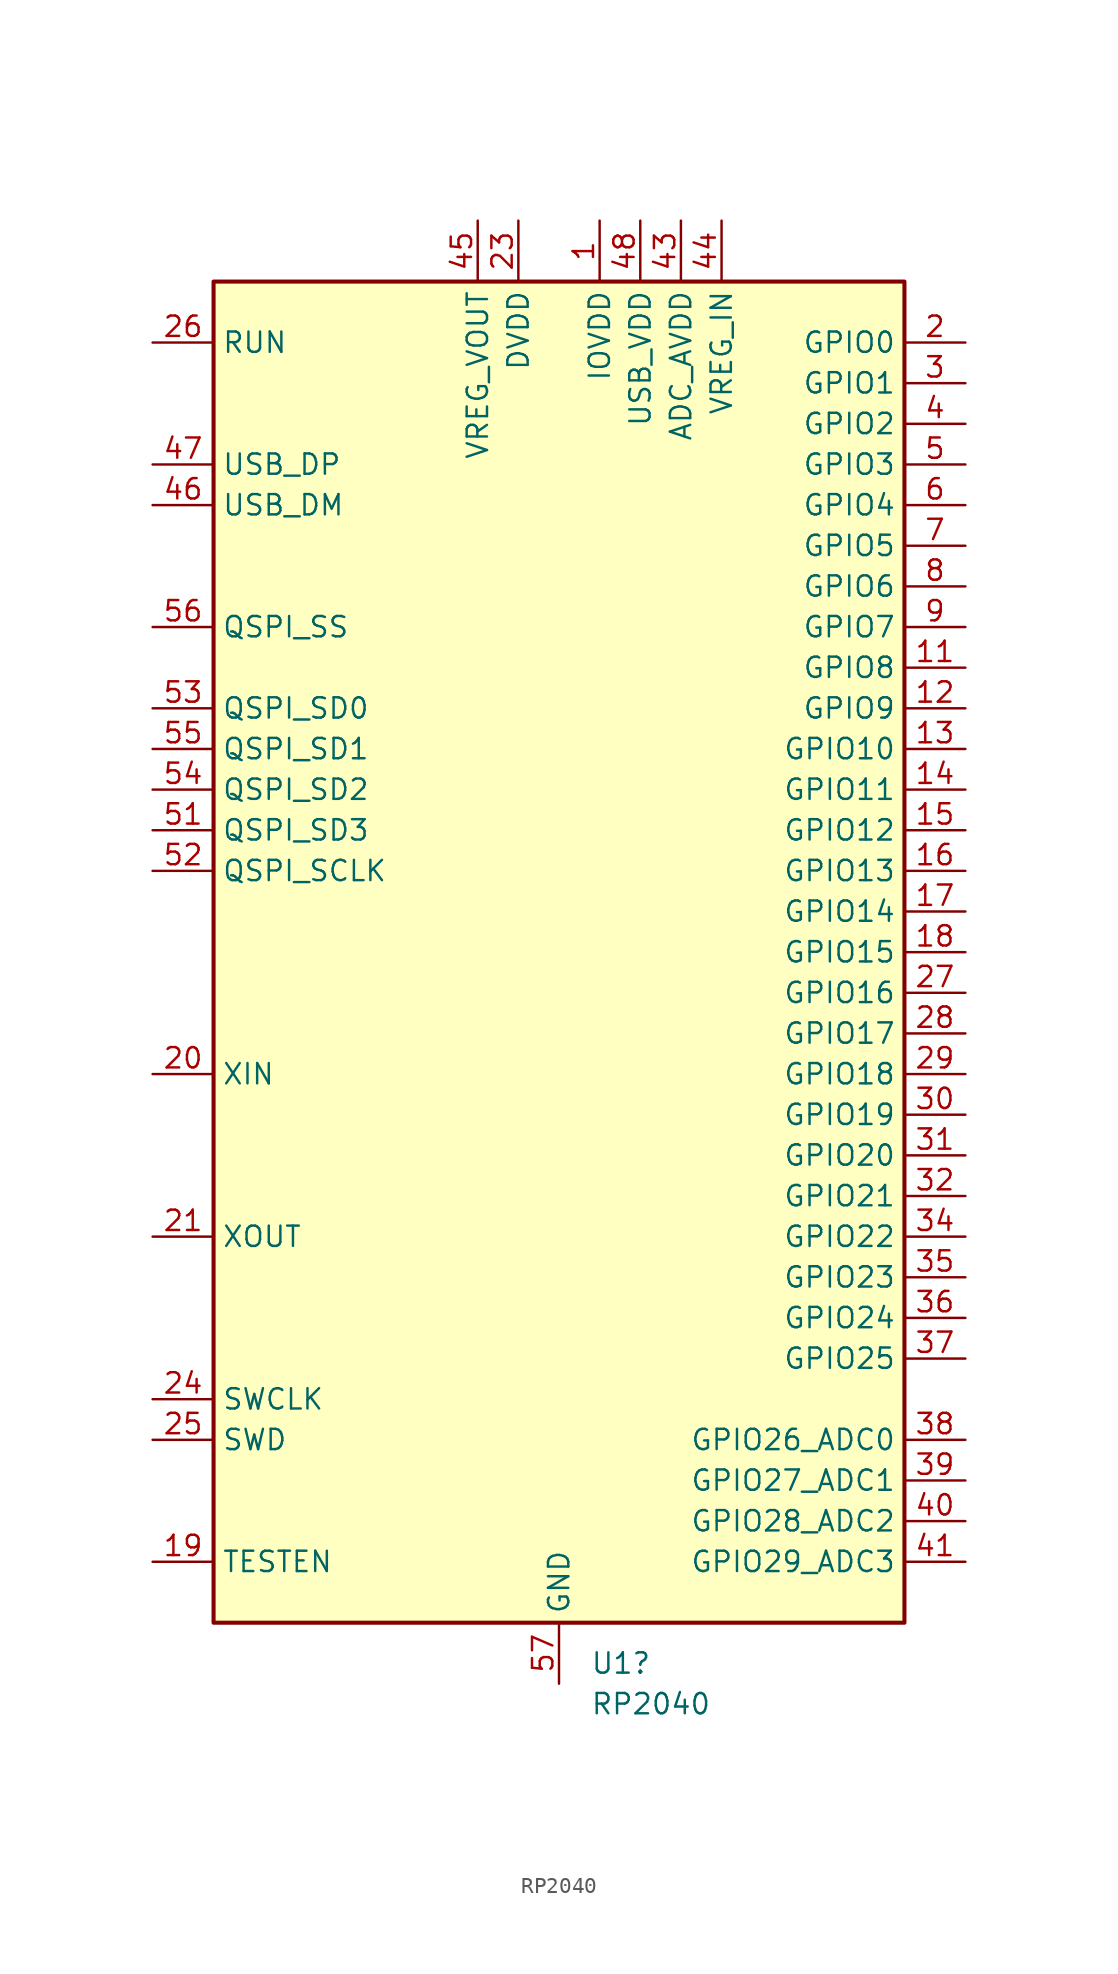
<source format=kicad_sym>
(kicad_symbol_lib
  (version 20220914)
  (generator kicad_symbol_editor)
  (symbol "RP2040"
    (property "Reference" "U1"
      (at 1.956 -44.45 0)
      (effects (font (size 1.27 1.27)) (justify left)))
    (property "Value" "RP2040"
      (at 1.956 -46.99 0)
      (effects (font (size 1.27 1.27)) (justify left)))
    (symbol "RP2040_0_1"
      (rectangle (start -21.59 41.91) (end 21.59 -41.91) (stroke (width 0.254) (type default)) (fill (type background))))
    (symbol "RP2040_1_1"
      (pin power_in line (at 2.54 45.72 270) (length 3.81) (name "IOVDD" (effects (font (size 1.27 1.27)))) (number "1" (effects (font (size 1.27 1.27)))))
      (pin passive line (at 2.54 45.72 270) (length 3.81) hide (name "IOVDD" (effects (font (size 1.27 1.27)))) (number "10" (effects (font (size 1.27 1.27)))))
      (pin bidirectional line (at 25.4 17.78 180) (length 3.81) (name "GPIO8" (effects (font (size 1.27 1.27)))) (number "11" (effects (font (size 1.27 1.27)))))
      (pin bidirectional line (at 25.4 15.24 180) (length 3.81) (name "GPIO9" (effects (font (size 1.27 1.27)))) (number "12" (effects (font (size 1.27 1.27)))))
      (pin bidirectional line (at 25.4 12.7 180) (length 3.81) (name "GPIO10" (effects (font (size 1.27 1.27)))) (number "13" (effects (font (size 1.27 1.27)))))
      (pin bidirectional line (at 25.4 10.16 180) (length 3.81) (name "GPIO11" (effects (font (size 1.27 1.27)))) (number "14" (effects (font (size 1.27 1.27)))))
      (pin bidirectional line (at 25.4 7.62 180) (length 3.81) (name "GPIO12" (effects (font (size 1.27 1.27)))) (number "15" (effects (font (size 1.27 1.27)))))
      (pin bidirectional line (at 25.4 5.08 180) (length 3.81) (name "GPIO13" (effects (font (size 1.27 1.27)))) (number "16" (effects (font (size 1.27 1.27)))))
      (pin bidirectional line (at 25.4 2.54 180) (length 3.81) (name "GPIO14" (effects (font (size 1.27 1.27)))) (number "17" (effects (font (size 1.27 1.27)))))
      (pin bidirectional line (at 25.4 0 180) (length 3.81) (name "GPIO15" (effects (font (size 1.27 1.27)))) (number "18" (effects (font (size 1.27 1.27)))))
      (pin input line (at -25.4 -38.1 0) (length 3.81) (name "TESTEN" (effects (font (size 1.27 1.27)))) (number "19" (effects (font (size 1.27 1.27)))))
      (pin bidirectional line (at 25.4 38.1 180) (length 3.81) (name "GPIO0" (effects (font (size 1.27 1.27)))) (number "2" (effects (font (size 1.27 1.27)))))
      (pin input line (at -25.4 -7.62 0) (length 3.81) (name "XIN" (effects (font (size 1.27 1.27)))) (number "20" (effects (font (size 1.27 1.27)))))
      (pin passive line (at -25.4 -17.78 0) (length 3.81) (name "XOUT" (effects (font (size 1.27 1.27)))) (number "21" (effects (font (size 1.27 1.27)))))
      (pin passive line (at 2.54 45.72 270) (length 3.81) hide (name "IOVDD" (effects (font (size 1.27 1.27)))) (number "22" (effects (font (size 1.27 1.27)))))
      (pin power_in line (at -2.54 45.72 270) (length 3.81) (name "DVDD" (effects (font (size 1.27 1.27)))) (number "23" (effects (font (size 1.27 1.27)))))
      (pin input line (at -25.4 -27.94 0) (length 3.81) (name "SWCLK" (effects (font (size 1.27 1.27)))) (number "24" (effects (font (size 1.27 1.27)))))
      (pin bidirectional line (at -25.4 -30.48 0) (length 3.81) (name "SWD" (effects (font (size 1.27 1.27)))) (number "25" (effects (font (size 1.27 1.27)))))
      (pin input line (at -25.4 38.1 0) (length 3.81) (name "RUN" (effects (font (size 1.27 1.27)))) (number "26" (effects (font (size 1.27 1.27)))))
      (pin bidirectional line (at 25.4 -2.54 180) (length 3.81) (name "GPIO16" (effects (font (size 1.27 1.27)))) (number "27" (effects (font (size 1.27 1.27)))))
      (pin bidirectional line (at 25.4 -5.08 180) (length 3.81) (name "GPIO17" (effects (font (size 1.27 1.27)))) (number "28" (effects (font (size 1.27 1.27)))))
      (pin bidirectional line (at 25.4 -7.62 180) (length 3.81) (name "GPIO18" (effects (font (size 1.27 1.27)))) (number "29" (effects (font (size 1.27 1.27)))))
      (pin bidirectional line (at 25.4 35.56 180) (length 3.81) (name "GPIO1" (effects (font (size 1.27 1.27)))) (number "3" (effects (font (size 1.27 1.27)))))
      (pin bidirectional line (at 25.4 -10.16 180) (length 3.81) (name "GPIO19" (effects (font (size 1.27 1.27)))) (number "30" (effects (font (size 1.27 1.27)))))
      (pin bidirectional line (at 25.4 -12.7 180) (length 3.81) (name "GPIO20" (effects (font (size 1.27 1.27)))) (number "31" (effects (font (size 1.27 1.27)))))
      (pin bidirectional line (at 25.4 -15.24 180) (length 3.81) (name "GPIO21" (effects (font (size 1.27 1.27)))) (number "32" (effects (font (size 1.27 1.27)))))
      (pin passive line (at 2.54 45.72 270) (length 3.81) hide (name "IOVDD" (effects (font (size 1.27 1.27)))) (number "33" (effects (font (size 1.27 1.27)))))
      (pin bidirectional line (at 25.4 -17.78 180) (length 3.81) (name "GPIO22" (effects (font (size 1.27 1.27)))) (number "34" (effects (font (size 1.27 1.27)))))
      (pin bidirectional line (at 25.4 -20.32 180) (length 3.81) (name "GPIO23" (effects (font (size 1.27 1.27)))) (number "35" (effects (font (size 1.27 1.27)))))
      (pin bidirectional line (at 25.4 -22.86 180) (length 3.81) (name "GPIO24" (effects (font (size 1.27 1.27)))) (number "36" (effects (font (size 1.27 1.27)))))
      (pin bidirectional line (at 25.4 -25.4 180) (length 3.81) (name "GPIO25" (effects (font (size 1.27 1.27)))) (number "37" (effects (font (size 1.27 1.27)))))
      (pin bidirectional line (at 25.4 -30.48 180) (length 3.81) (name "GPIO26_ADC0" (effects (font (size 1.27 1.27)))) (number "38" (effects (font (size 1.27 1.27)))))
      (pin bidirectional line (at 25.4 -33.02 180) (length 3.81) (name "GPIO27_ADC1" (effects (font (size 1.27 1.27)))) (number "39" (effects (font (size 1.27 1.27)))))
      (pin bidirectional line (at 25.4 33.02 180) (length 3.81) (name "GPIO2" (effects (font (size 1.27 1.27)))) (number "4" (effects (font (size 1.27 1.27)))))
      (pin bidirectional line (at 25.4 -35.56 180) (length 3.81) (name "GPIO28_ADC2" (effects (font (size 1.27 1.27)))) (number "40" (effects (font (size 1.27 1.27)))))
      (pin bidirectional line (at 25.4 -38.1 180) (length 3.81) (name "GPIO29_ADC3" (effects (font (size 1.27 1.27)))) (number "41" (effects (font (size 1.27 1.27)))))
      (pin passive line (at 2.54 45.72 270) (length 3.81) hide (name "IOVDD" (effects (font (size 1.27 1.27)))) (number "42" (effects (font (size 1.27 1.27)))))
      (pin power_in line (at 7.62 45.72 270) (length 3.81) (name "ADC_AVDD" (effects (font (size 1.27 1.27)))) (number "43" (effects (font (size 1.27 1.27)))))
      (pin power_in line (at 10.16 45.72 270) (length 3.81) (name "VREG_IN" (effects (font (size 1.27 1.27)))) (number "44" (effects (font (size 1.27 1.27)))))
      (pin power_out line (at -5.08 45.72 270) (length 3.81) (name "VREG_VOUT" (effects (font (size 1.27 1.27)))) (number "45" (effects (font (size 1.27 1.27)))))
      (pin bidirectional line (at -25.4 27.94 0) (length 3.81) (name "USB_DM" (effects (font (size 1.27 1.27)))) (number "46" (effects (font (size 1.27 1.27)))))
      (pin bidirectional line (at -25.4 30.48 0) (length 3.81) (name "USB_DP" (effects (font (size 1.27 1.27)))) (number "47" (effects (font (size 1.27 1.27)))))
      (pin power_in line (at 5.08 45.72 270) (length 3.81) (name "USB_VDD" (effects (font (size 1.27 1.27)))) (number "48" (effects (font (size 1.27 1.27)))))
      (pin passive line (at 2.54 45.72 270) (length 3.81) hide (name "IOVDD" (effects (font (size 1.27 1.27)))) (number "49" (effects (font (size 1.27 1.27)))))
      (pin bidirectional line (at 25.4 30.48 180) (length 3.81) (name "GPIO3" (effects (font (size 1.27 1.27)))) (number "5" (effects (font (size 1.27 1.27)))))
      (pin passive line (at -2.54 45.72 270) (length 3.81) hide (name "DVDD" (effects (font (size 1.27 1.27)))) (number "50" (effects (font (size 1.27 1.27)))))
      (pin bidirectional line (at -25.4 7.62 0) (length 3.81) (name "QSPI_SD3" (effects (font (size 1.27 1.27)))) (number "51" (effects (font (size 1.27 1.27)))))
      (pin output line (at -25.4 5.08 0) (length 3.81) (name "QSPI_SCLK" (effects (font (size 1.27 1.27)))) (number "52" (effects (font (size 1.27 1.27)))))
      (pin bidirectional line (at -25.4 15.24 0) (length 3.81) (name "QSPI_SD0" (effects (font (size 1.27 1.27)))) (number "53" (effects (font (size 1.27 1.27)))))
      (pin bidirectional line (at -25.4 10.16 0) (length 3.81) (name "QSPI_SD2" (effects (font (size 1.27 1.27)))) (number "54" (effects (font (size 1.27 1.27)))))
      (pin bidirectional line (at -25.4 12.7 0) (length 3.81) (name "QSPI_SD1" (effects (font (size 1.27 1.27)))) (number "55" (effects (font (size 1.27 1.27)))))
      (pin bidirectional line (at -25.4 20.32 0) (length 3.81) (name "QSPI_SS" (effects (font (size 1.27 1.27)))) (number "56" (effects (font (size 1.27 1.27)))))
      (pin power_in line (at 0 -45.72 90) (length 3.81) (name "GND" (effects (font (size 1.27 1.27)))) (number "57" (effects (font (size 1.27 1.27)))))
      (pin bidirectional line (at 25.4 27.94 180) (length 3.81) (name "GPIO4" (effects (font (size 1.27 1.27)))) (number "6" (effects (font (size 1.27 1.27)))))
      (pin bidirectional line (at 25.4 25.4 180) (length 3.81) (name "GPIO5" (effects (font (size 1.27 1.27)))) (number "7" (effects (font (size 1.27 1.27)))))
      (pin bidirectional line (at 25.4 22.86 180) (length 3.81) (name "GPIO6" (effects (font (size 1.27 1.27)))) (number "8" (effects (font (size 1.27 1.27)))))
      (pin bidirectional line (at 25.4 20.32 180) (length 3.81) (name "GPIO7" (effects (font (size 1.27 1.27)))) (number "9" (effects (font (size 1.27 1.27))))))))
</source>
